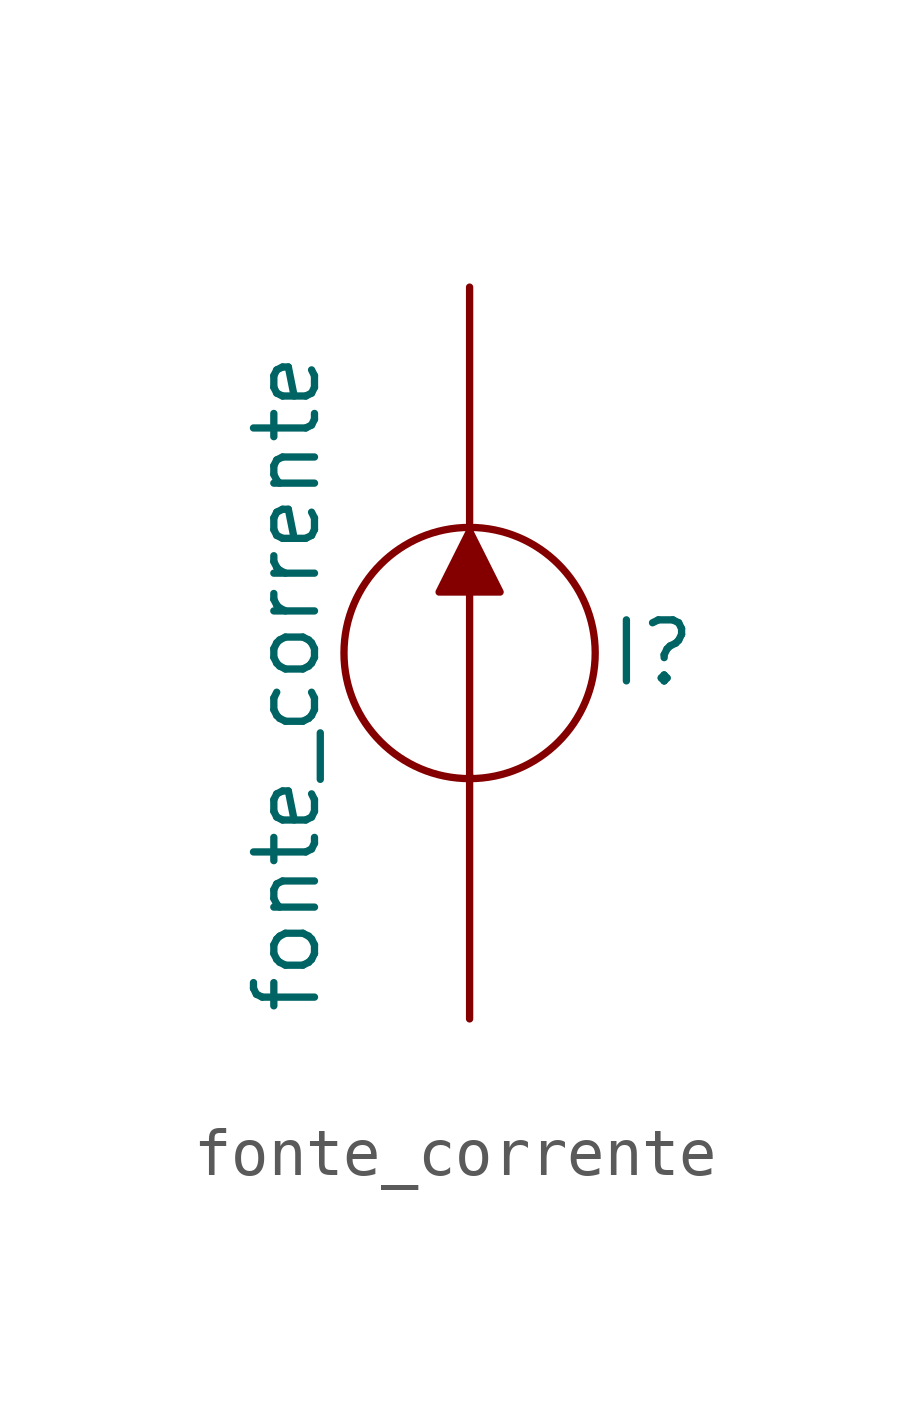
<source format=kicad_sym>
(kicad_symbol_lib
  (version 20211014)
  (generator kicad_symbol_editor)
  (symbol "fonte_corrente"
    (pin_numbers hide)
    (pin_names
      (offset 0))
    (property "Reference" "I"
      (at 3.81 0 0)
      (effects (font (size 1.27 1.27))))
    (property "Value" "fonte_corrente"
      (at -3.81 -0.635 90)
      (effects (font (size 1.27 1.27))))
    (symbol "fonte_corrente_0_1"
      (polyline (pts (xy 0 -2.54) (xy 0 2.54)) (stroke (width 0) (type default) (color 0 0 0 0)) (fill (type none)))
      (polyline (pts (xy 0 2.54) (xy -0.635 1.27) (xy 0.635 1.27) (xy 0 2.54)) (stroke (width 0) (type default) (color 0 0 0 0)) (fill (type outline)))
      (circle (center 0 0) (radius 2.616) (stroke (width 0) (type default) (color 0 0 0 0)) (fill (type none))))
    (symbol "fonte_corrente_1_1"
      (pin passive line (at 0 7.62 270) (length 5.08) (name "~" (effects (font (size 1.27 1.27)))) (number "1" (effects (font (size 1.27 1.27)))))
      (pin passive line (at 0 -7.62 90) (length 5.08) (name "~" (effects (font (size 1.27 1.27)))) (number "2" (effects (font (size 1.27 1.27))))))))
</source>
